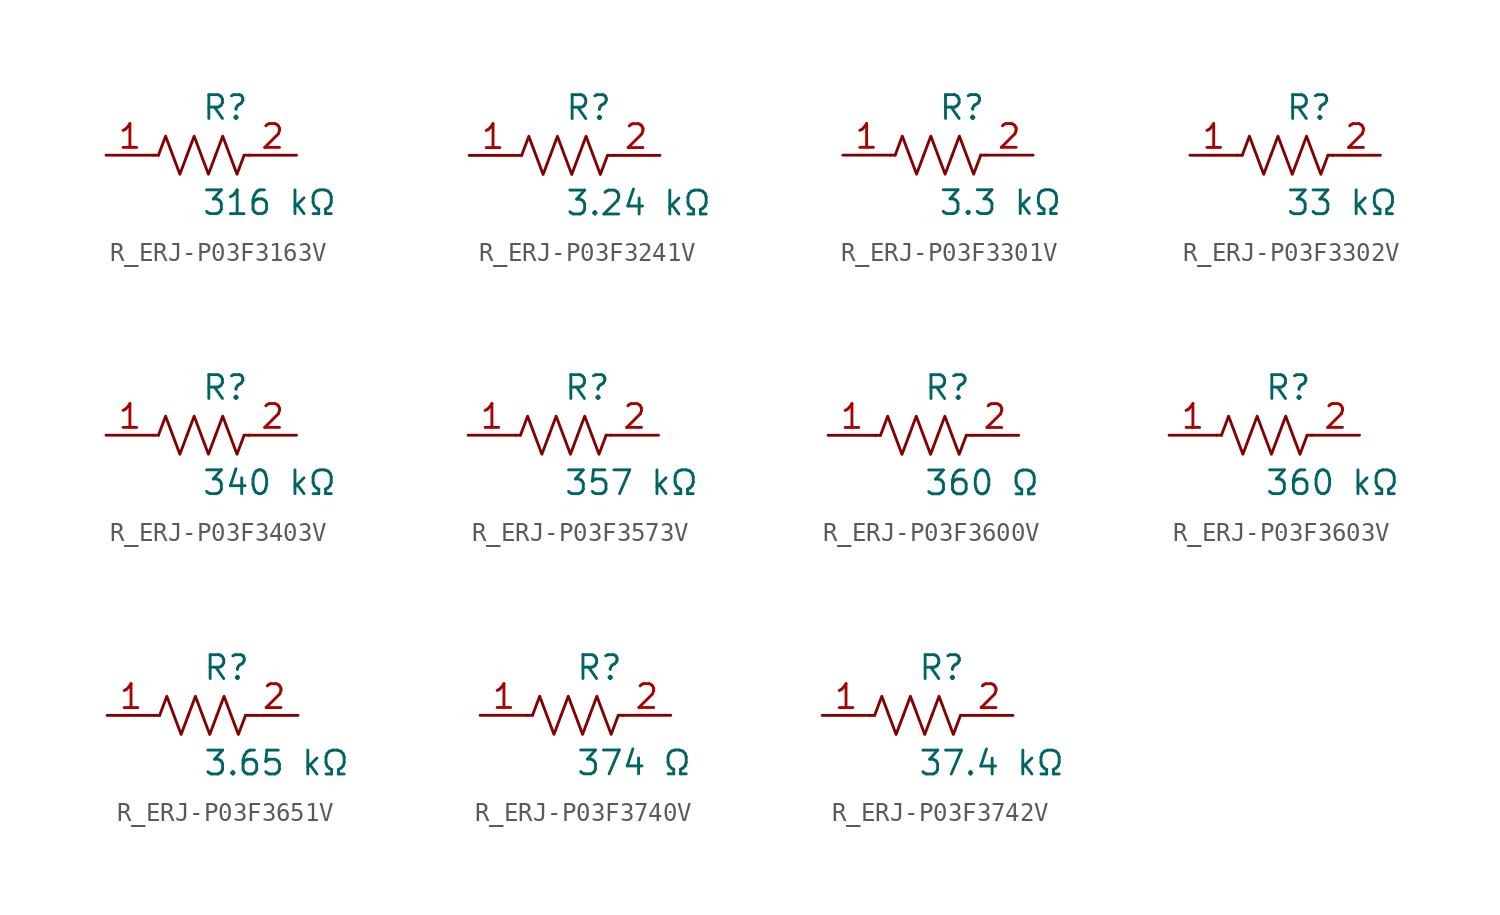
<source format=kicad_sym>
(kicad_symbol_lib
  (version 20231120)
  (generator kicad_symbol_editor)
  (generator_version 8.0)
  (symbol "R_ERJ-P03F3163V"
    (pin_names
      (offset 0.254))
    (property "Reference" "R"
      (at 0.0 2.54 0)
      (effects (font (size 1.27 1.27)) (justify left)))
    (property "Value" "316 kΩ"
      (at 0.0 -2.54 0)
      (effects (font (size 1.27 1.27)) (justify left)))
    (symbol "R_ERJ-P03F3163V_0_1"
      (polyline (pts (xy 2.286 0) (xy 2.54 0)) (stroke (width 0) (type default)) (fill (type none)))
      (polyline (pts (xy -2.286 0) (xy -2.54 0)) (stroke (width 0) (type default)) (fill (type none)))
      (polyline (pts (xy 0.762 0) (xy 1.143 1.016) (xy 1.524 0) (xy 1.905 -1.016) (xy 2.286 0)) (stroke (width 0) (type default)) (fill (type none)))
      (polyline (pts (xy -0.762 0) (xy -0.381 1.016) (xy 0 0) (xy 0.381 -1.016) (xy 0.762 0)) (stroke (width 0) (type default)) (fill (type none)))
      (polyline (pts (xy -2.286 0) (xy -1.905 1.016) (xy -1.524 0) (xy -1.143 -1.016) (xy -0.762 0)) (stroke (width 0) (type default)) (fill (type none))))
    (pin unspecified line
      (at -5.08 0 0)
      (length 2.54)
      (name "" (effects (font (size 1.27 1.27))))
      (number "1" (effects (font (size 1.27 1.27)))))
    (pin unspecified line
      (at 5.08 0 180)
      (length 2.54)
      (name "" (effects (font (size 1.27 1.27))))
      (number "2" (effects (font (size 1.27 1.27))))))
  (symbol "R_ERJ-P03F3241V"
    (pin_names
      (offset 0.254))
    (property "Reference" "R"
      (at 0.0 2.54 0)
      (effects (font (size 1.27 1.27)) (justify left)))
    (property "Value" "3.24 kΩ"
      (at 0.0 -2.54 0)
      (effects (font (size 1.27 1.27)) (justify left)))
    (symbol "R_ERJ-P03F3241V_0_1"
      (polyline (pts (xy 2.286 0) (xy 2.54 0)) (stroke (width 0) (type default)) (fill (type none)))
      (polyline (pts (xy -2.286 0) (xy -2.54 0)) (stroke (width 0) (type default)) (fill (type none)))
      (polyline (pts (xy 0.762 0) (xy 1.143 1.016) (xy 1.524 0) (xy 1.905 -1.016) (xy 2.286 0)) (stroke (width 0) (type default)) (fill (type none)))
      (polyline (pts (xy -0.762 0) (xy -0.381 1.016) (xy 0 0) (xy 0.381 -1.016) (xy 0.762 0)) (stroke (width 0) (type default)) (fill (type none)))
      (polyline (pts (xy -2.286 0) (xy -1.905 1.016) (xy -1.524 0) (xy -1.143 -1.016) (xy -0.762 0)) (stroke (width 0) (type default)) (fill (type none))))
    (pin unspecified line
      (at -5.08 0 0)
      (length 2.54)
      (name "" (effects (font (size 1.27 1.27))))
      (number "1" (effects (font (size 1.27 1.27)))))
    (pin unspecified line
      (at 5.08 0 180)
      (length 2.54)
      (name "" (effects (font (size 1.27 1.27))))
      (number "2" (effects (font (size 1.27 1.27))))))
  (symbol "R_ERJ-P03F3301V"
    (pin_names
      (offset 0.254))
    (property "Reference" "R"
      (at 0.0 2.54 0)
      (effects (font (size 1.27 1.27)) (justify left)))
    (property "Value" "3.3 kΩ"
      (at 0.0 -2.54 0)
      (effects (font (size 1.27 1.27)) (justify left)))
    (symbol "R_ERJ-P03F3301V_0_1"
      (polyline (pts (xy 2.286 0) (xy 2.54 0)) (stroke (width 0) (type default)) (fill (type none)))
      (polyline (pts (xy -2.286 0) (xy -2.54 0)) (stroke (width 0) (type default)) (fill (type none)))
      (polyline (pts (xy 0.762 0) (xy 1.143 1.016) (xy 1.524 0) (xy 1.905 -1.016) (xy 2.286 0)) (stroke (width 0) (type default)) (fill (type none)))
      (polyline (pts (xy -0.762 0) (xy -0.381 1.016) (xy 0 0) (xy 0.381 -1.016) (xy 0.762 0)) (stroke (width 0) (type default)) (fill (type none)))
      (polyline (pts (xy -2.286 0) (xy -1.905 1.016) (xy -1.524 0) (xy -1.143 -1.016) (xy -0.762 0)) (stroke (width 0) (type default)) (fill (type none))))
    (pin unspecified line
      (at -5.08 0 0)
      (length 2.54)
      (name "" (effects (font (size 1.27 1.27))))
      (number "1" (effects (font (size 1.27 1.27)))))
    (pin unspecified line
      (at 5.08 0 180)
      (length 2.54)
      (name "" (effects (font (size 1.27 1.27))))
      (number "2" (effects (font (size 1.27 1.27))))))
  (symbol "R_ERJ-P03F3302V"
    (pin_names
      (offset 0.254))
    (property "Reference" "R"
      (at 0.0 2.54 0)
      (effects (font (size 1.27 1.27)) (justify left)))
    (property "Value" "33 kΩ"
      (at 0.0 -2.54 0)
      (effects (font (size 1.27 1.27)) (justify left)))
    (symbol "R_ERJ-P03F3302V_0_1"
      (polyline (pts (xy 2.286 0) (xy 2.54 0)) (stroke (width 0) (type default)) (fill (type none)))
      (polyline (pts (xy -2.286 0) (xy -2.54 0)) (stroke (width 0) (type default)) (fill (type none)))
      (polyline (pts (xy 0.762 0) (xy 1.143 1.016) (xy 1.524 0) (xy 1.905 -1.016) (xy 2.286 0)) (stroke (width 0) (type default)) (fill (type none)))
      (polyline (pts (xy -0.762 0) (xy -0.381 1.016) (xy 0 0) (xy 0.381 -1.016) (xy 0.762 0)) (stroke (width 0) (type default)) (fill (type none)))
      (polyline (pts (xy -2.286 0) (xy -1.905 1.016) (xy -1.524 0) (xy -1.143 -1.016) (xy -0.762 0)) (stroke (width 0) (type default)) (fill (type none))))
    (pin unspecified line
      (at -5.08 0 0)
      (length 2.54)
      (name "" (effects (font (size 1.27 1.27))))
      (number "1" (effects (font (size 1.27 1.27)))))
    (pin unspecified line
      (at 5.08 0 180)
      (length 2.54)
      (name "" (effects (font (size 1.27 1.27))))
      (number "2" (effects (font (size 1.27 1.27))))))
  (symbol "R_ERJ-P03F3403V"
    (pin_names
      (offset 0.254))
    (property "Reference" "R"
      (at 0.0 2.54 0)
      (effects (font (size 1.27 1.27)) (justify left)))
    (property "Value" "340 kΩ"
      (at 0.0 -2.54 0)
      (effects (font (size 1.27 1.27)) (justify left)))
    (symbol "R_ERJ-P03F3403V_0_1"
      (polyline (pts (xy 2.286 0) (xy 2.54 0)) (stroke (width 0) (type default)) (fill (type none)))
      (polyline (pts (xy -2.286 0) (xy -2.54 0)) (stroke (width 0) (type default)) (fill (type none)))
      (polyline (pts (xy 0.762 0) (xy 1.143 1.016) (xy 1.524 0) (xy 1.905 -1.016) (xy 2.286 0)) (stroke (width 0) (type default)) (fill (type none)))
      (polyline (pts (xy -0.762 0) (xy -0.381 1.016) (xy 0 0) (xy 0.381 -1.016) (xy 0.762 0)) (stroke (width 0) (type default)) (fill (type none)))
      (polyline (pts (xy -2.286 0) (xy -1.905 1.016) (xy -1.524 0) (xy -1.143 -1.016) (xy -0.762 0)) (stroke (width 0) (type default)) (fill (type none))))
    (pin unspecified line
      (at -5.08 0 0)
      (length 2.54)
      (name "" (effects (font (size 1.27 1.27))))
      (number "1" (effects (font (size 1.27 1.27)))))
    (pin unspecified line
      (at 5.08 0 180)
      (length 2.54)
      (name "" (effects (font (size 1.27 1.27))))
      (number "2" (effects (font (size 1.27 1.27))))))
  (symbol "R_ERJ-P03F3573V"
    (pin_names
      (offset 0.254))
    (property "Reference" "R"
      (at 0.0 2.54 0)
      (effects (font (size 1.27 1.27)) (justify left)))
    (property "Value" "357 kΩ"
      (at 0.0 -2.54 0)
      (effects (font (size 1.27 1.27)) (justify left)))
    (symbol "R_ERJ-P03F3573V_0_1"
      (polyline (pts (xy 2.286 0) (xy 2.54 0)) (stroke (width 0) (type default)) (fill (type none)))
      (polyline (pts (xy -2.286 0) (xy -2.54 0)) (stroke (width 0) (type default)) (fill (type none)))
      (polyline (pts (xy 0.762 0) (xy 1.143 1.016) (xy 1.524 0) (xy 1.905 -1.016) (xy 2.286 0)) (stroke (width 0) (type default)) (fill (type none)))
      (polyline (pts (xy -0.762 0) (xy -0.381 1.016) (xy 0 0) (xy 0.381 -1.016) (xy 0.762 0)) (stroke (width 0) (type default)) (fill (type none)))
      (polyline (pts (xy -2.286 0) (xy -1.905 1.016) (xy -1.524 0) (xy -1.143 -1.016) (xy -0.762 0)) (stroke (width 0) (type default)) (fill (type none))))
    (pin unspecified line
      (at -5.08 0 0)
      (length 2.54)
      (name "" (effects (font (size 1.27 1.27))))
      (number "1" (effects (font (size 1.27 1.27)))))
    (pin unspecified line
      (at 5.08 0 180)
      (length 2.54)
      (name "" (effects (font (size 1.27 1.27))))
      (number "2" (effects (font (size 1.27 1.27))))))
  (symbol "R_ERJ-P03F3600V"
    (pin_names
      (offset 0.254))
    (property "Reference" "R"
      (at 0.0 2.54 0)
      (effects (font (size 1.27 1.27)) (justify left)))
    (property "Value" "360 Ω"
      (at 0.0 -2.54 0)
      (effects (font (size 1.27 1.27)) (justify left)))
    (symbol "R_ERJ-P03F3600V_0_1"
      (polyline (pts (xy 2.286 0) (xy 2.54 0)) (stroke (width 0) (type default)) (fill (type none)))
      (polyline (pts (xy -2.286 0) (xy -2.54 0)) (stroke (width 0) (type default)) (fill (type none)))
      (polyline (pts (xy 0.762 0) (xy 1.143 1.016) (xy 1.524 0) (xy 1.905 -1.016) (xy 2.286 0)) (stroke (width 0) (type default)) (fill (type none)))
      (polyline (pts (xy -0.762 0) (xy -0.381 1.016) (xy 0 0) (xy 0.381 -1.016) (xy 0.762 0)) (stroke (width 0) (type default)) (fill (type none)))
      (polyline (pts (xy -2.286 0) (xy -1.905 1.016) (xy -1.524 0) (xy -1.143 -1.016) (xy -0.762 0)) (stroke (width 0) (type default)) (fill (type none))))
    (pin unspecified line
      (at -5.08 0 0)
      (length 2.54)
      (name "" (effects (font (size 1.27 1.27))))
      (number "1" (effects (font (size 1.27 1.27)))))
    (pin unspecified line
      (at 5.08 0 180)
      (length 2.54)
      (name "" (effects (font (size 1.27 1.27))))
      (number "2" (effects (font (size 1.27 1.27))))))
  (symbol "R_ERJ-P03F3603V"
    (pin_names
      (offset 0.254))
    (property "Reference" "R"
      (at 0.0 2.54 0)
      (effects (font (size 1.27 1.27)) (justify left)))
    (property "Value" "360 kΩ"
      (at 0.0 -2.54 0)
      (effects (font (size 1.27 1.27)) (justify left)))
    (symbol "R_ERJ-P03F3603V_0_1"
      (polyline (pts (xy 2.286 0) (xy 2.54 0)) (stroke (width 0) (type default)) (fill (type none)))
      (polyline (pts (xy -2.286 0) (xy -2.54 0)) (stroke (width 0) (type default)) (fill (type none)))
      (polyline (pts (xy 0.762 0) (xy 1.143 1.016) (xy 1.524 0) (xy 1.905 -1.016) (xy 2.286 0)) (stroke (width 0) (type default)) (fill (type none)))
      (polyline (pts (xy -0.762 0) (xy -0.381 1.016) (xy 0 0) (xy 0.381 -1.016) (xy 0.762 0)) (stroke (width 0) (type default)) (fill (type none)))
      (polyline (pts (xy -2.286 0) (xy -1.905 1.016) (xy -1.524 0) (xy -1.143 -1.016) (xy -0.762 0)) (stroke (width 0) (type default)) (fill (type none))))
    (pin unspecified line
      (at -5.08 0 0)
      (length 2.54)
      (name "" (effects (font (size 1.27 1.27))))
      (number "1" (effects (font (size 1.27 1.27)))))
    (pin unspecified line
      (at 5.08 0 180)
      (length 2.54)
      (name "" (effects (font (size 1.27 1.27))))
      (number "2" (effects (font (size 1.27 1.27))))))
  (symbol "R_ERJ-P03F3651V"
    (pin_names
      (offset 0.254))
    (property "Reference" "R"
      (at 0.0 2.54 0)
      (effects (font (size 1.27 1.27)) (justify left)))
    (property "Value" "3.65 kΩ"
      (at 0.0 -2.54 0)
      (effects (font (size 1.27 1.27)) (justify left)))
    (symbol "R_ERJ-P03F3651V_0_1"
      (polyline (pts (xy 2.286 0) (xy 2.54 0)) (stroke (width 0) (type default)) (fill (type none)))
      (polyline (pts (xy -2.286 0) (xy -2.54 0)) (stroke (width 0) (type default)) (fill (type none)))
      (polyline (pts (xy 0.762 0) (xy 1.143 1.016) (xy 1.524 0) (xy 1.905 -1.016) (xy 2.286 0)) (stroke (width 0) (type default)) (fill (type none)))
      (polyline (pts (xy -0.762 0) (xy -0.381 1.016) (xy 0 0) (xy 0.381 -1.016) (xy 0.762 0)) (stroke (width 0) (type default)) (fill (type none)))
      (polyline (pts (xy -2.286 0) (xy -1.905 1.016) (xy -1.524 0) (xy -1.143 -1.016) (xy -0.762 0)) (stroke (width 0) (type default)) (fill (type none))))
    (pin unspecified line
      (at -5.08 0 0)
      (length 2.54)
      (name "" (effects (font (size 1.27 1.27))))
      (number "1" (effects (font (size 1.27 1.27)))))
    (pin unspecified line
      (at 5.08 0 180)
      (length 2.54)
      (name "" (effects (font (size 1.27 1.27))))
      (number "2" (effects (font (size 1.27 1.27))))))
  (symbol "R_ERJ-P03F3740V"
    (pin_names
      (offset 0.254))
    (property "Reference" "R"
      (at 0.0 2.54 0)
      (effects (font (size 1.27 1.27)) (justify left)))
    (property "Value" "374 Ω"
      (at 0.0 -2.54 0)
      (effects (font (size 1.27 1.27)) (justify left)))
    (symbol "R_ERJ-P03F3740V_0_1"
      (polyline (pts (xy 2.286 0) (xy 2.54 0)) (stroke (width 0) (type default)) (fill (type none)))
      (polyline (pts (xy -2.286 0) (xy -2.54 0)) (stroke (width 0) (type default)) (fill (type none)))
      (polyline (pts (xy 0.762 0) (xy 1.143 1.016) (xy 1.524 0) (xy 1.905 -1.016) (xy 2.286 0)) (stroke (width 0) (type default)) (fill (type none)))
      (polyline (pts (xy -0.762 0) (xy -0.381 1.016) (xy 0 0) (xy 0.381 -1.016) (xy 0.762 0)) (stroke (width 0) (type default)) (fill (type none)))
      (polyline (pts (xy -2.286 0) (xy -1.905 1.016) (xy -1.524 0) (xy -1.143 -1.016) (xy -0.762 0)) (stroke (width 0) (type default)) (fill (type none))))
    (pin unspecified line
      (at -5.08 0 0)
      (length 2.54)
      (name "" (effects (font (size 1.27 1.27))))
      (number "1" (effects (font (size 1.27 1.27)))))
    (pin unspecified line
      (at 5.08 0 180)
      (length 2.54)
      (name "" (effects (font (size 1.27 1.27))))
      (number "2" (effects (font (size 1.27 1.27))))))
  (symbol "R_ERJ-P03F3742V"
    (pin_names
      (offset 0.254))
    (property "Reference" "R"
      (at 0.0 2.54 0)
      (effects (font (size 1.27 1.27)) (justify left)))
    (property "Value" "37.4 kΩ"
      (at 0.0 -2.54 0)
      (effects (font (size 1.27 1.27)) (justify left)))
    (symbol "R_ERJ-P03F3742V_0_1"
      (polyline (pts (xy 2.286 0) (xy 2.54 0)) (stroke (width 0) (type default)) (fill (type none)))
      (polyline (pts (xy -2.286 0) (xy -2.54 0)) (stroke (width 0) (type default)) (fill (type none)))
      (polyline (pts (xy 0.762 0) (xy 1.143 1.016) (xy 1.524 0) (xy 1.905 -1.016) (xy 2.286 0)) (stroke (width 0) (type default)) (fill (type none)))
      (polyline (pts (xy -0.762 0) (xy -0.381 1.016) (xy 0 0) (xy 0.381 -1.016) (xy 0.762 0)) (stroke (width 0) (type default)) (fill (type none)))
      (polyline (pts (xy -2.286 0) (xy -1.905 1.016) (xy -1.524 0) (xy -1.143 -1.016) (xy -0.762 0)) (stroke (width 0) (type default)) (fill (type none))))
    (pin unspecified line
      (at -5.08 0 0)
      (length 2.54)
      (name "" (effects (font (size 1.27 1.27))))
      (number "1" (effects (font (size 1.27 1.27)))))
    (pin unspecified line
      (at 5.08 0 180)
      (length 2.54)
      (name "" (effects (font (size 1.27 1.27))))
      (number "2" (effects (font (size 1.27 1.27)))))))
</source>
